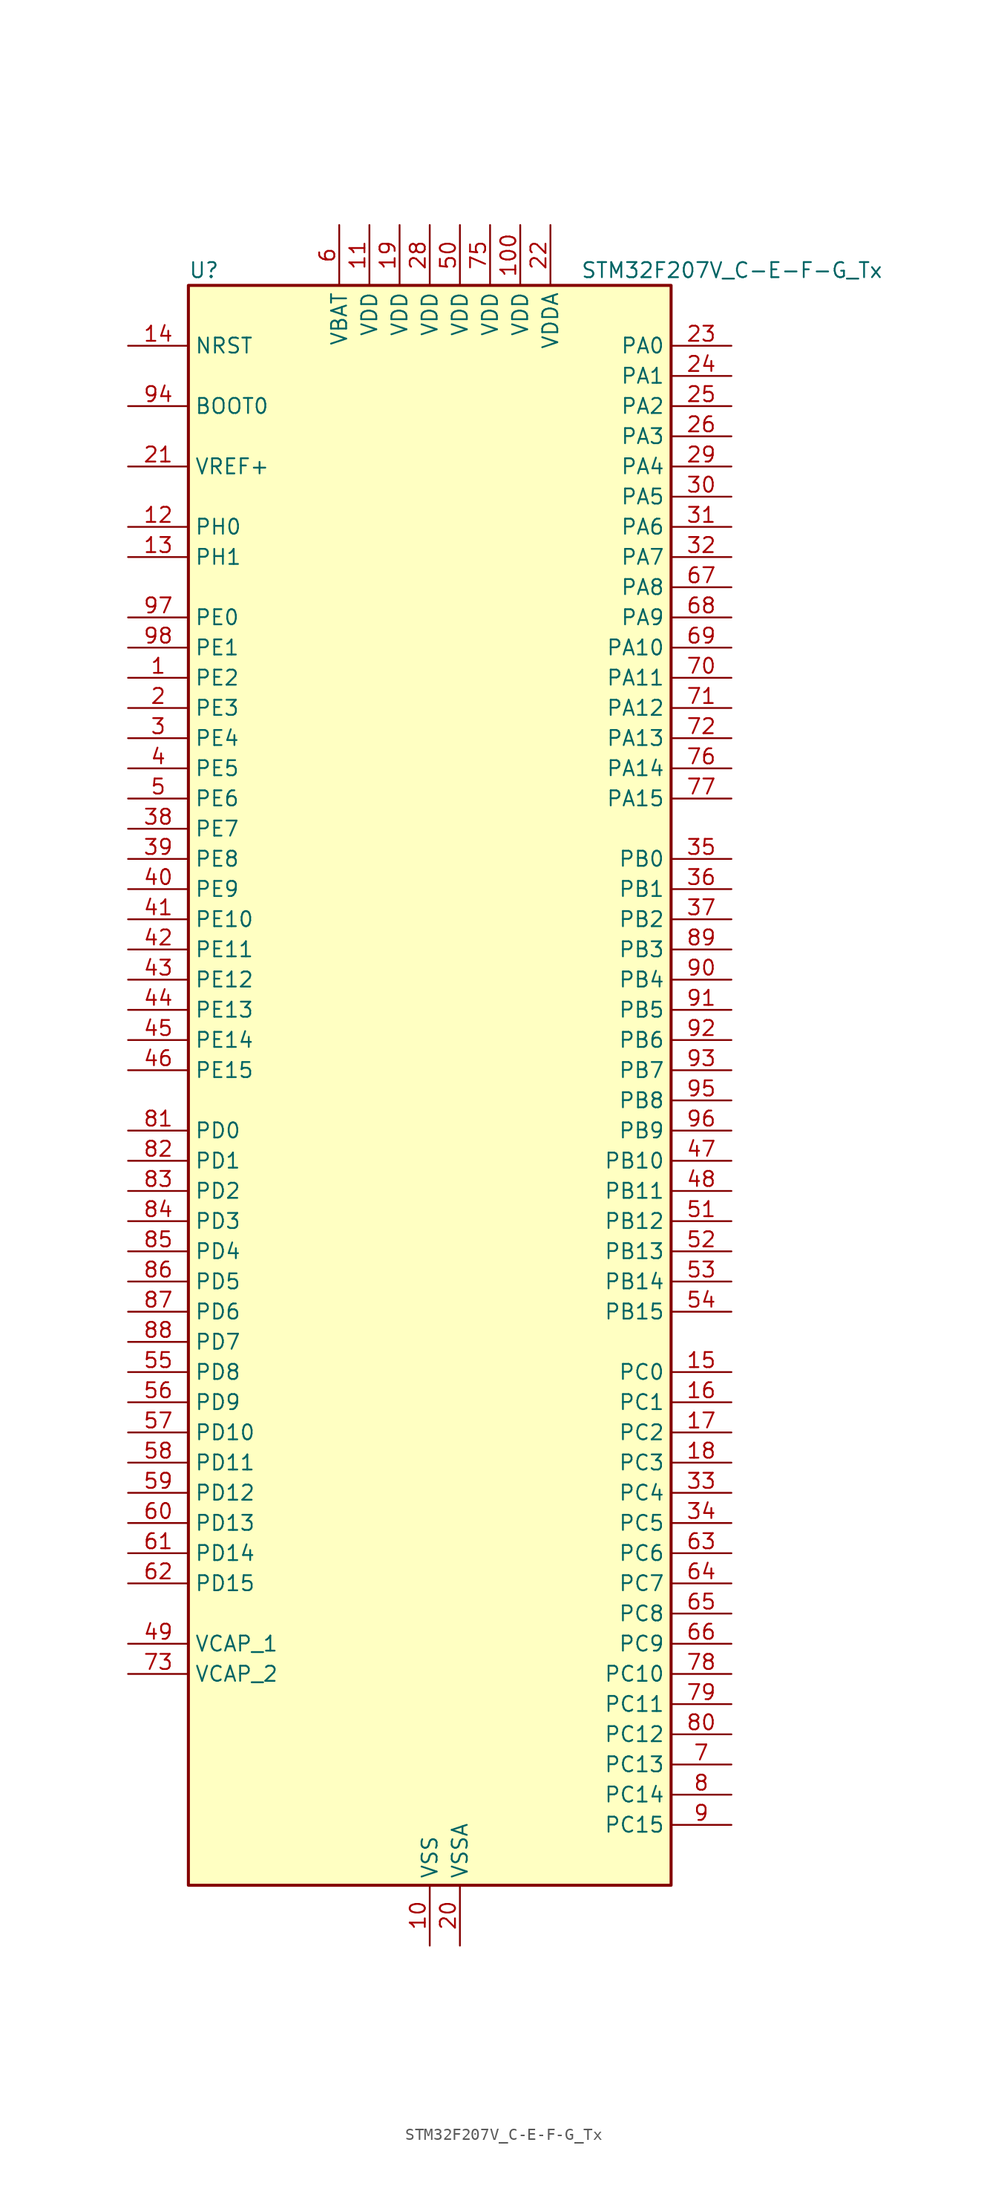
<source format=kicad_sym>
(kicad_symbol_lib
  (version 20241209)
  (generator "kicad_symbol_editor")
  (generator_version "9.0")
  (symbol "STM32F207V_C-E-F-G_Tx"
    (property "Reference" "U"
      (at -20.32 69.85 0)
      (effects (font (size 1.27 1.27)) (justify left)))
    (property "Value" "STM32F207V_C-E-F-G_Tx"
      (at 12.7 69.85 0)
      (effects (font (size 1.27 1.27)) (justify left)))
    (symbol "STM32F207V_C-E-F-G_Tx_0_1"
      (rectangle (start -20.32 -66.04) (end 20.32 68.58) (stroke (width 0.254) (type default)) (fill (type background))))
    (symbol "STM32F207V_C-E-F-G_Tx_1_1"
      (pin input line (at -25.4 63.5 0) (length 5.08) (name "NRST" (effects (font (size 1.27 1.27)))) (number "14" (effects (font (size 1.27 1.27)))))
      (pin input line (at -25.4 58.42 0) (length 5.08) (name "BOOT0" (effects (font (size 1.27 1.27)))) (number "94" (effects (font (size 1.27 1.27)))))
      (pin input line (at -25.4 53.34 0) (length 5.08) (name "VREF+" (effects (font (size 1.27 1.27)))) (number "21" (effects (font (size 1.27 1.27)))))
      (pin bidirectional line (at -25.4 48.26 0) (length 5.08) (name "PH0" (effects (font (size 1.27 1.27)))) (number "12" (effects (font (size 1.27 1.27)))) (alternate "RCC_OSC_IN" bidirectional line))
      (pin bidirectional line (at -25.4 45.72 0) (length 5.08) (name "PH1" (effects (font (size 1.27 1.27)))) (number "13" (effects (font (size 1.27 1.27)))) (alternate "RCC_OSC_OUT" bidirectional line))
      (pin bidirectional line (at -25.4 40.64 0) (length 5.08) (name "PE0" (effects (font (size 1.27 1.27)))) (number "97" (effects (font (size 1.27 1.27)))) (alternate "DCMI_D2" bidirectional line) (alternate "FSMC_NBL0" bidirectional line) (alternate "TIM4_ETR" bidirectional line))
      (pin bidirectional line (at -25.4 38.1 0) (length 5.08) (name "PE1" (effects (font (size 1.27 1.27)))) (number "98" (effects (font (size 1.27 1.27)))) (alternate "DCMI_D3" bidirectional line) (alternate "FSMC_NBL1" bidirectional line))
      (pin bidirectional line (at -25.4 35.56 0) (length 5.08) (name "PE2" (effects (font (size 1.27 1.27)))) (number "1" (effects (font (size 1.27 1.27)))) (alternate "ETH_TXD3" bidirectional line) (alternate "FSMC_A23" bidirectional line) (alternate "SYS_TRACECLK" bidirectional line))
      (pin bidirectional line (at -25.4 33.02 0) (length 5.08) (name "PE3" (effects (font (size 1.27 1.27)))) (number "2" (effects (font (size 1.27 1.27)))) (alternate "FSMC_A19" bidirectional line) (alternate "SYS_TRACED0" bidirectional line))
      (pin bidirectional line (at -25.4 30.48 0) (length 5.08) (name "PE4" (effects (font (size 1.27 1.27)))) (number "3" (effects (font (size 1.27 1.27)))) (alternate "DCMI_D4" bidirectional line) (alternate "FSMC_A20" bidirectional line) (alternate "SYS_TRACED1" bidirectional line))
      (pin bidirectional line (at -25.4 27.94 0) (length 5.08) (name "PE5" (effects (font (size 1.27 1.27)))) (number "4" (effects (font (size 1.27 1.27)))) (alternate "DCMI_D6" bidirectional line) (alternate "FSMC_A21" bidirectional line) (alternate "SYS_TRACED2" bidirectional line) (alternate "TIM9_CH1" bidirectional line))
      (pin bidirectional line (at -25.4 25.4 0) (length 5.08) (name "PE6" (effects (font (size 1.27 1.27)))) (number "5" (effects (font (size 1.27 1.27)))) (alternate "DCMI_D7" bidirectional line) (alternate "FSMC_A22" bidirectional line) (alternate "SYS_TRACED3" bidirectional line) (alternate "TIM9_CH2" bidirectional line))
      (pin bidirectional line (at -25.4 22.86 0) (length 5.08) (name "PE7" (effects (font (size 1.27 1.27)))) (number "38" (effects (font (size 1.27 1.27)))) (alternate "FSMC_D4" bidirectional line) (alternate "FSMC_DA4" bidirectional line) (alternate "TIM1_ETR" bidirectional line))
      (pin bidirectional line (at -25.4 20.32 0) (length 5.08) (name "PE8" (effects (font (size 1.27 1.27)))) (number "39" (effects (font (size 1.27 1.27)))) (alternate "FSMC_D5" bidirectional line) (alternate "FSMC_DA5" bidirectional line) (alternate "TIM1_CH1N" bidirectional line))
      (pin bidirectional line (at -25.4 17.78 0) (length 5.08) (name "PE9" (effects (font (size 1.27 1.27)))) (number "40" (effects (font (size 1.27 1.27)))) (alternate "DAC_EXTI9" bidirectional line) (alternate "FSMC_D6" bidirectional line) (alternate "FSMC_DA6" bidirectional line) (alternate "TIM1_CH1" bidirectional line))
      (pin bidirectional line (at -25.4 15.24 0) (length 5.08) (name "PE10" (effects (font (size 1.27 1.27)))) (number "41" (effects (font (size 1.27 1.27)))) (alternate "FSMC_D7" bidirectional line) (alternate "FSMC_DA7" bidirectional line) (alternate "TIM1_CH2N" bidirectional line))
      (pin bidirectional line (at -25.4 12.7 0) (length 5.08) (name "PE11" (effects (font (size 1.27 1.27)))) (number "42" (effects (font (size 1.27 1.27)))) (alternate "ADC1_EXTI11" bidirectional line) (alternate "ADC2_EXTI11" bidirectional line) (alternate "ADC3_EXTI11" bidirectional line) (alternate "FSMC_D8" bidirectional line) (alternate "FSMC_DA8" bidirectional line) (alternate "TIM1_CH2" bidirectional line))
      (pin bidirectional line (at -25.4 10.16 0) (length 5.08) (name "PE12" (effects (font (size 1.27 1.27)))) (number "43" (effects (font (size 1.27 1.27)))) (alternate "FSMC_D9" bidirectional line) (alternate "FSMC_DA9" bidirectional line) (alternate "TIM1_CH3N" bidirectional line))
      (pin bidirectional line (at -25.4 7.62 0) (length 5.08) (name "PE13" (effects (font (size 1.27 1.27)))) (number "44" (effects (font (size 1.27 1.27)))) (alternate "FSMC_D10" bidirectional line) (alternate "FSMC_DA10" bidirectional line) (alternate "TIM1_CH3" bidirectional line))
      (pin bidirectional line (at -25.4 5.08 0) (length 5.08) (name "PE14" (effects (font (size 1.27 1.27)))) (number "45" (effects (font (size 1.27 1.27)))) (alternate "FSMC_D11" bidirectional line) (alternate "FSMC_DA11" bidirectional line) (alternate "TIM1_CH4" bidirectional line))
      (pin bidirectional line (at -25.4 2.54 0) (length 5.08) (name "PE15" (effects (font (size 1.27 1.27)))) (number "46" (effects (font (size 1.27 1.27)))) (alternate "ADC1_EXTI15" bidirectional line) (alternate "ADC2_EXTI15" bidirectional line) (alternate "ADC3_EXTI15" bidirectional line) (alternate "FSMC_D12" bidirectional line) (alternate "FSMC_DA12" bidirectional line) (alternate "TIM1_BKIN" bidirectional line))
      (pin bidirectional line (at -25.4 -2.54 0) (length 5.08) (name "PD0" (effects (font (size 1.27 1.27)))) (number "81" (effects (font (size 1.27 1.27)))) (alternate "CAN1_RX" bidirectional line) (alternate "FSMC_D2" bidirectional line) (alternate "FSMC_DA2" bidirectional line))
      (pin bidirectional line (at -25.4 -5.08 0) (length 5.08) (name "PD1" (effects (font (size 1.27 1.27)))) (number "82" (effects (font (size 1.27 1.27)))) (alternate "CAN1_TX" bidirectional line) (alternate "FSMC_D3" bidirectional line) (alternate "FSMC_DA3" bidirectional line))
      (pin bidirectional line (at -25.4 -7.62 0) (length 5.08) (name "PD2" (effects (font (size 1.27 1.27)))) (number "83" (effects (font (size 1.27 1.27)))) (alternate "DCMI_D11" bidirectional line) (alternate "SDIO_CMD" bidirectional line) (alternate "TIM3_ETR" bidirectional line) (alternate "UART5_RX" bidirectional line))
      (pin bidirectional line (at -25.4 -10.16 0) (length 5.08) (name "PD3" (effects (font (size 1.27 1.27)))) (number "84" (effects (font (size 1.27 1.27)))) (alternate "FSMC_CLK" bidirectional line) (alternate "USART2_CTS" bidirectional line))
      (pin bidirectional line (at -25.4 -12.7 0) (length 5.08) (name "PD4" (effects (font (size 1.27 1.27)))) (number "85" (effects (font (size 1.27 1.27)))) (alternate "FSMC_NOE" bidirectional line) (alternate "USART2_RTS" bidirectional line))
      (pin bidirectional line (at -25.4 -15.24 0) (length 5.08) (name "PD5" (effects (font (size 1.27 1.27)))) (number "86" (effects (font (size 1.27 1.27)))) (alternate "FSMC_NWE" bidirectional line) (alternate "USART2_TX" bidirectional line))
      (pin bidirectional line (at -25.4 -17.78 0) (length 5.08) (name "PD6" (effects (font (size 1.27 1.27)))) (number "87" (effects (font (size 1.27 1.27)))) (alternate "FSMC_NWAIT" bidirectional line) (alternate "USART2_RX" bidirectional line))
      (pin bidirectional line (at -25.4 -20.32 0) (length 5.08) (name "PD7" (effects (font (size 1.27 1.27)))) (number "88" (effects (font (size 1.27 1.27)))) (alternate "FSMC_NCE2" bidirectional line) (alternate "FSMC_NE1" bidirectional line) (alternate "USART2_CK" bidirectional line))
      (pin bidirectional line (at -25.4 -22.86 0) (length 5.08) (name "PD8" (effects (font (size 1.27 1.27)))) (number "55" (effects (font (size 1.27 1.27)))) (alternate "FSMC_D13" bidirectional line) (alternate "FSMC_DA13" bidirectional line) (alternate "USART3_TX" bidirectional line))
      (pin bidirectional line (at -25.4 -25.4 0) (length 5.08) (name "PD9" (effects (font (size 1.27 1.27)))) (number "56" (effects (font (size 1.27 1.27)))) (alternate "DAC_EXTI9" bidirectional line) (alternate "FSMC_D14" bidirectional line) (alternate "FSMC_DA14" bidirectional line) (alternate "USART3_RX" bidirectional line))
      (pin bidirectional line (at -25.4 -27.94 0) (length 5.08) (name "PD10" (effects (font (size 1.27 1.27)))) (number "57" (effects (font (size 1.27 1.27)))) (alternate "FSMC_D15" bidirectional line) (alternate "FSMC_DA15" bidirectional line) (alternate "USART3_CK" bidirectional line))
      (pin bidirectional line (at -25.4 -30.48 0) (length 5.08) (name "PD11" (effects (font (size 1.27 1.27)))) (number "58" (effects (font (size 1.27 1.27)))) (alternate "ADC1_EXTI11" bidirectional line) (alternate "ADC2_EXTI11" bidirectional line) (alternate "ADC3_EXTI11" bidirectional line) (alternate "FSMC_A16" bidirectional line) (alternate "FSMC_CLE" bidirectional line) (alternate "USART3_CTS" bidirectional line))
      (pin bidirectional line (at -25.4 -33.02 0) (length 5.08) (name "PD12" (effects (font (size 1.27 1.27)))) (number "59" (effects (font (size 1.27 1.27)))) (alternate "FSMC_A17" bidirectional line) (alternate "FSMC_ALE" bidirectional line) (alternate "TIM4_CH1" bidirectional line) (alternate "USART3_RTS" bidirectional line))
      (pin bidirectional line (at -25.4 -35.56 0) (length 5.08) (name "PD13" (effects (font (size 1.27 1.27)))) (number "60" (effects (font (size 1.27 1.27)))) (alternate "FSMC_A18" bidirectional line) (alternate "TIM4_CH2" bidirectional line))
      (pin bidirectional line (at -25.4 -38.1 0) (length 5.08) (name "PD14" (effects (font (size 1.27 1.27)))) (number "61" (effects (font (size 1.27 1.27)))) (alternate "FSMC_D0" bidirectional line) (alternate "FSMC_DA0" bidirectional line) (alternate "TIM4_CH3" bidirectional line))
      (pin bidirectional line (at -25.4 -40.64 0) (length 5.08) (name "PD15" (effects (font (size 1.27 1.27)))) (number "62" (effects (font (size 1.27 1.27)))) (alternate "ADC1_EXTI15" bidirectional line) (alternate "ADC2_EXTI15" bidirectional line) (alternate "ADC3_EXTI15" bidirectional line) (alternate "FSMC_D1" bidirectional line) (alternate "FSMC_DA1" bidirectional line) (alternate "TIM4_CH4" bidirectional line))
      (pin power_out line (at -25.4 -45.72 0) (length 5.08) (name "VCAP_1" (effects (font (size 1.27 1.27)))) (number "49" (effects (font (size 1.27 1.27)))))
      (pin power_out line (at -25.4 -48.26 0) (length 5.08) (name "VCAP_2" (effects (font (size 1.27 1.27)))) (number "73" (effects (font (size 1.27 1.27)))))
      (pin no_connect line (at -20.32 -66.04 0) (length 5.08) (hide yes) (name "RFU" (effects (font (size 1.27 1.27)))) (number "99" (effects (font (size 1.27 1.27)))))
      (pin power_in line (at -7.62 73.66 270) (length 5.08) (name "VBAT" (effects (font (size 1.27 1.27)))) (number "6" (effects (font (size 1.27 1.27)))))
      (pin power_in line (at -5.08 73.66 270) (length 5.08) (name "VDD" (effects (font (size 1.27 1.27)))) (number "11" (effects (font (size 1.27 1.27)))))
      (pin power_in line (at -2.54 73.66 270) (length 5.08) (name "VDD" (effects (font (size 1.27 1.27)))) (number "19" (effects (font (size 1.27 1.27)))))
      (pin power_in line (at 0 73.66 270) (length 5.08) (name "VDD" (effects (font (size 1.27 1.27)))) (number "28" (effects (font (size 1.27 1.27)))))
      (pin power_in line (at 0 -71.12 90) (length 5.08) (name "VSS" (effects (font (size 1.27 1.27)))) (number "10" (effects (font (size 1.27 1.27)))))
      (pin passive line (at 0 -71.12 90) (length 5.08) (hide yes) (name "VSS" (effects (font (size 1.27 1.27)))) (number "27" (effects (font (size 1.27 1.27)))))
      (pin passive line (at 0 -71.12 90) (length 5.08) (hide yes) (name "VSS" (effects (font (size 1.27 1.27)))) (number "74" (effects (font (size 1.27 1.27)))))
      (pin power_in line (at 2.54 73.66 270) (length 5.08) (name "VDD" (effects (font (size 1.27 1.27)))) (number "50" (effects (font (size 1.27 1.27)))))
      (pin power_in line (at 2.54 -71.12 90) (length 5.08) (name "VSSA" (effects (font (size 1.27 1.27)))) (number "20" (effects (font (size 1.27 1.27)))))
      (pin power_in line (at 5.08 73.66 270) (length 5.08) (name "VDD" (effects (font (size 1.27 1.27)))) (number "75" (effects (font (size 1.27 1.27)))))
      (pin power_in line (at 7.62 73.66 270) (length 5.08) (name "VDD" (effects (font (size 1.27 1.27)))) (number "100" (effects (font (size 1.27 1.27)))))
      (pin power_in line (at 10.16 73.66 270) (length 5.08) (name "VDDA" (effects (font (size 1.27 1.27)))) (number "22" (effects (font (size 1.27 1.27)))))
      (pin bidirectional line (at 25.4 63.5 180) (length 5.08) (name "PA0" (effects (font (size 1.27 1.27)))) (number "23" (effects (font (size 1.27 1.27)))) (alternate "ADC1_IN0" bidirectional line) (alternate "ADC2_IN0" bidirectional line) (alternate "ADC3_IN0" bidirectional line) (alternate "ETH_CRS" bidirectional line) (alternate "SYS_WKUP" bidirectional line) (alternate "TIM2_CH1" bidirectional line) (alternate "TIM2_ETR" bidirectional line) (alternate "TIM5_CH1" bidirectional line) (alternate "TIM8_ETR" bidirectional line) (alternate "UART4_TX" bidirectional line) (alternate "USART2_CTS" bidirectional line))
      (pin bidirectional line (at 25.4 60.96 180) (length 5.08) (name "PA1" (effects (font (size 1.27 1.27)))) (number "24" (effects (font (size 1.27 1.27)))) (alternate "ADC1_IN1" bidirectional line) (alternate "ADC2_IN1" bidirectional line) (alternate "ADC3_IN1" bidirectional line) (alternate "ETH_REF_CLK" bidirectional line) (alternate "ETH_RX_CLK" bidirectional line) (alternate "TIM2_CH2" bidirectional line) (alternate "TIM5_CH2" bidirectional line) (alternate "UART4_RX" bidirectional line) (alternate "USART2_RTS" bidirectional line))
      (pin bidirectional line (at 25.4 58.42 180) (length 5.08) (name "PA2" (effects (font (size 1.27 1.27)))) (number "25" (effects (font (size 1.27 1.27)))) (alternate "ADC1_IN2" bidirectional line) (alternate "ADC2_IN2" bidirectional line) (alternate "ADC3_IN2" bidirectional line) (alternate "ETH_MDIO" bidirectional line) (alternate "TIM2_CH3" bidirectional line) (alternate "TIM5_CH3" bidirectional line) (alternate "TIM9_CH1" bidirectional line) (alternate "USART2_TX" bidirectional line))
      (pin bidirectional line (at 25.4 55.88 180) (length 5.08) (name "PA3" (effects (font (size 1.27 1.27)))) (number "26" (effects (font (size 1.27 1.27)))) (alternate "ADC1_IN3" bidirectional line) (alternate "ADC2_IN3" bidirectional line) (alternate "ADC3_IN3" bidirectional line) (alternate "ETH_COL" bidirectional line) (alternate "TIM2_CH4" bidirectional line) (alternate "TIM5_CH4" bidirectional line) (alternate "TIM9_CH2" bidirectional line) (alternate "USART2_RX" bidirectional line) (alternate "USB_OTG_HS_ULPI_D0" bidirectional line))
      (pin bidirectional line (at 25.4 53.34 180) (length 5.08) (name "PA4" (effects (font (size 1.27 1.27)))) (number "29" (effects (font (size 1.27 1.27)))) (alternate "ADC1_IN4" bidirectional line) (alternate "ADC2_IN4" bidirectional line) (alternate "DAC_OUT1" bidirectional line) (alternate "DCMI_HSYNC" bidirectional line) (alternate "I2S3_WS" bidirectional line) (alternate "SPI1_NSS" bidirectional line) (alternate "SPI3_NSS" bidirectional line) (alternate "USART2_CK" bidirectional line) (alternate "USB_OTG_HS_SOF" bidirectional line))
      (pin bidirectional line (at 25.4 50.8 180) (length 5.08) (name "PA5" (effects (font (size 1.27 1.27)))) (number "30" (effects (font (size 1.27 1.27)))) (alternate "ADC1_IN5" bidirectional line) (alternate "ADC2_IN5" bidirectional line) (alternate "DAC_OUT2" bidirectional line) (alternate "SPI1_SCK" bidirectional line) (alternate "TIM2_CH1" bidirectional line) (alternate "TIM2_ETR" bidirectional line) (alternate "TIM8_CH1N" bidirectional line) (alternate "USB_OTG_HS_ULPI_CK" bidirectional line))
      (pin bidirectional line (at 25.4 48.26 180) (length 5.08) (name "PA6" (effects (font (size 1.27 1.27)))) (number "31" (effects (font (size 1.27 1.27)))) (alternate "ADC1_IN6" bidirectional line) (alternate "ADC2_IN6" bidirectional line) (alternate "DCMI_PIXCLK" bidirectional line) (alternate "SPI1_MISO" bidirectional line) (alternate "TIM13_CH1" bidirectional line) (alternate "TIM1_BKIN" bidirectional line) (alternate "TIM3_CH1" bidirectional line) (alternate "TIM8_BKIN" bidirectional line))
      (pin bidirectional line (at 25.4 45.72 180) (length 5.08) (name "PA7" (effects (font (size 1.27 1.27)))) (number "32" (effects (font (size 1.27 1.27)))) (alternate "ADC1_IN7" bidirectional line) (alternate "ADC2_IN7" bidirectional line) (alternate "ETH_CRS_DV" bidirectional line) (alternate "ETH_RX_DV" bidirectional line) (alternate "SPI1_MOSI" bidirectional line) (alternate "TIM14_CH1" bidirectional line) (alternate "TIM1_CH1N" bidirectional line) (alternate "TIM3_CH2" bidirectional line) (alternate "TIM8_CH1N" bidirectional line))
      (pin bidirectional line (at 25.4 43.18 180) (length 5.08) (name "PA8" (effects (font (size 1.27 1.27)))) (number "67" (effects (font (size 1.27 1.27)))) (alternate "I2C3_SCL" bidirectional line) (alternate "RCC_MCO_1" bidirectional line) (alternate "TIM1_CH1" bidirectional line) (alternate "USART1_CK" bidirectional line) (alternate "USB_OTG_FS_SOF" bidirectional line))
      (pin bidirectional line (at 25.4 40.64 180) (length 5.08) (name "PA9" (effects (font (size 1.27 1.27)))) (number "68" (effects (font (size 1.27 1.27)))) (alternate "DAC_EXTI9" bidirectional line) (alternate "DCMI_D0" bidirectional line) (alternate "I2C3_SMBA" bidirectional line) (alternate "TIM1_CH2" bidirectional line) (alternate "USART1_TX" bidirectional line) (alternate "USB_OTG_FS_VBUS" bidirectional line))
      (pin bidirectional line (at 25.4 38.1 180) (length 5.08) (name "PA10" (effects (font (size 1.27 1.27)))) (number "69" (effects (font (size 1.27 1.27)))) (alternate "DCMI_D1" bidirectional line) (alternate "TIM1_CH3" bidirectional line) (alternate "USART1_RX" bidirectional line) (alternate "USB_OTG_FS_ID" bidirectional line))
      (pin bidirectional line (at 25.4 35.56 180) (length 5.08) (name "PA11" (effects (font (size 1.27 1.27)))) (number "70" (effects (font (size 1.27 1.27)))) (alternate "ADC1_EXTI11" bidirectional line) (alternate "ADC2_EXTI11" bidirectional line) (alternate "ADC3_EXTI11" bidirectional line) (alternate "CAN1_RX" bidirectional line) (alternate "TIM1_CH4" bidirectional line) (alternate "USART1_CTS" bidirectional line) (alternate "USB_OTG_FS_DM" bidirectional line))
      (pin bidirectional line (at 25.4 33.02 180) (length 5.08) (name "PA12" (effects (font (size 1.27 1.27)))) (number "71" (effects (font (size 1.27 1.27)))) (alternate "CAN1_TX" bidirectional line) (alternate "TIM1_ETR" bidirectional line) (alternate "USART1_RTS" bidirectional line) (alternate "USB_OTG_FS_DP" bidirectional line))
      (pin bidirectional line (at 25.4 30.48 180) (length 5.08) (name "PA13" (effects (font (size 1.27 1.27)))) (number "72" (effects (font (size 1.27 1.27)))) (alternate "SYS_JTMS-SWDIO" bidirectional line))
      (pin bidirectional line (at 25.4 27.94 180) (length 5.08) (name "PA14" (effects (font (size 1.27 1.27)))) (number "76" (effects (font (size 1.27 1.27)))) (alternate "SYS_JTCK-SWCLK" bidirectional line))
      (pin bidirectional line (at 25.4 25.4 180) (length 5.08) (name "PA15" (effects (font (size 1.27 1.27)))) (number "77" (effects (font (size 1.27 1.27)))) (alternate "ADC1_EXTI15" bidirectional line) (alternate "ADC2_EXTI15" bidirectional line) (alternate "ADC3_EXTI15" bidirectional line) (alternate "I2S3_WS" bidirectional line) (alternate "SPI1_NSS" bidirectional line) (alternate "SPI3_NSS" bidirectional line) (alternate "SYS_JTDI" bidirectional line) (alternate "TIM2_CH1" bidirectional line) (alternate "TIM2_ETR" bidirectional line))
      (pin bidirectional line (at 25.4 20.32 180) (length 5.08) (name "PB0" (effects (font (size 1.27 1.27)))) (number "35" (effects (font (size 1.27 1.27)))) (alternate "ADC1_IN8" bidirectional line) (alternate "ADC2_IN8" bidirectional line) (alternate "ETH_RXD2" bidirectional line) (alternate "TIM1_CH2N" bidirectional line) (alternate "TIM3_CH3" bidirectional line) (alternate "TIM8_CH2N" bidirectional line) (alternate "USB_OTG_HS_ULPI_D1" bidirectional line))
      (pin bidirectional line (at 25.4 17.78 180) (length 5.08) (name "PB1" (effects (font (size 1.27 1.27)))) (number "36" (effects (font (size 1.27 1.27)))) (alternate "ADC1_IN9" bidirectional line) (alternate "ADC2_IN9" bidirectional line) (alternate "ETH_RXD3" bidirectional line) (alternate "TIM1_CH3N" bidirectional line) (alternate "TIM3_CH4" bidirectional line) (alternate "TIM8_CH3N" bidirectional line) (alternate "USB_OTG_HS_ULPI_D2" bidirectional line))
      (pin bidirectional line (at 25.4 15.24 180) (length 5.08) (name "PB2" (effects (font (size 1.27 1.27)))) (number "37" (effects (font (size 1.27 1.27)))))
      (pin bidirectional line (at 25.4 12.7 180) (length 5.08) (name "PB3" (effects (font (size 1.27 1.27)))) (number "89" (effects (font (size 1.27 1.27)))) (alternate "I2S3_SCK" bidirectional line) (alternate "SPI1_SCK" bidirectional line) (alternate "SPI3_SCK" bidirectional line) (alternate "SYS_JTDO-SWO" bidirectional line) (alternate "TIM2_CH2" bidirectional line))
      (pin bidirectional line (at 25.4 10.16 180) (length 5.08) (name "PB4" (effects (font (size 1.27 1.27)))) (number "90" (effects (font (size 1.27 1.27)))) (alternate "SPI1_MISO" bidirectional line) (alternate "SPI3_MISO" bidirectional line) (alternate "SYS_JTRST" bidirectional line) (alternate "TIM3_CH1" bidirectional line))
      (pin bidirectional line (at 25.4 7.62 180) (length 5.08) (name "PB5" (effects (font (size 1.27 1.27)))) (number "91" (effects (font (size 1.27 1.27)))) (alternate "CAN2_RX" bidirectional line) (alternate "DCMI_D10" bidirectional line) (alternate "ETH_PPS_OUT" bidirectional line) (alternate "I2C1_SMBA" bidirectional line) (alternate "I2S3_SD" bidirectional line) (alternate "SPI1_MOSI" bidirectional line) (alternate "SPI3_MOSI" bidirectional line) (alternate "TIM3_CH2" bidirectional line) (alternate "USB_OTG_HS_ULPI_D7" bidirectional line))
      (pin bidirectional line (at 25.4 5.08 180) (length 5.08) (name "PB6" (effects (font (size 1.27 1.27)))) (number "92" (effects (font (size 1.27 1.27)))) (alternate "CAN2_TX" bidirectional line) (alternate "DCMI_D5" bidirectional line) (alternate "I2C1_SCL" bidirectional line) (alternate "TIM4_CH1" bidirectional line) (alternate "USART1_TX" bidirectional line))
      (pin bidirectional line (at 25.4 2.54 180) (length 5.08) (name "PB7" (effects (font (size 1.27 1.27)))) (number "93" (effects (font (size 1.27 1.27)))) (alternate "DCMI_VSYNC" bidirectional line) (alternate "FSMC_NL" bidirectional line) (alternate "I2C1_SDA" bidirectional line) (alternate "TIM4_CH2" bidirectional line) (alternate "USART1_RX" bidirectional line))
      (pin bidirectional line (at 25.4 0 180) (length 5.08) (name "PB8" (effects (font (size 1.27 1.27)))) (number "95" (effects (font (size 1.27 1.27)))) (alternate "CAN1_RX" bidirectional line) (alternate "DCMI_D6" bidirectional line) (alternate "ETH_TXD3" bidirectional line) (alternate "I2C1_SCL" bidirectional line) (alternate "SDIO_D4" bidirectional line) (alternate "TIM10_CH1" bidirectional line) (alternate "TIM4_CH3" bidirectional line))
      (pin bidirectional line (at 25.4 -2.54 180) (length 5.08) (name "PB9" (effects (font (size 1.27 1.27)))) (number "96" (effects (font (size 1.27 1.27)))) (alternate "CAN1_TX" bidirectional line) (alternate "DAC_EXTI9" bidirectional line) (alternate "DCMI_D7" bidirectional line) (alternate "I2C1_SDA" bidirectional line) (alternate "I2S2_WS" bidirectional line) (alternate "SDIO_D5" bidirectional line) (alternate "SPI2_NSS" bidirectional line) (alternate "TIM11_CH1" bidirectional line) (alternate "TIM4_CH4" bidirectional line))
      (pin bidirectional line (at 25.4 -5.08 180) (length 5.08) (name "PB10" (effects (font (size 1.27 1.27)))) (number "47" (effects (font (size 1.27 1.27)))) (alternate "ETH_RX_ER" bidirectional line) (alternate "I2C2_SCL" bidirectional line) (alternate "I2S2_SCK" bidirectional line) (alternate "SPI2_SCK" bidirectional line) (alternate "TIM2_CH3" bidirectional line) (alternate "USART3_TX" bidirectional line) (alternate "USB_OTG_HS_ULPI_D3" bidirectional line))
      (pin bidirectional line (at 25.4 -7.62 180) (length 5.08) (name "PB11" (effects (font (size 1.27 1.27)))) (number "48" (effects (font (size 1.27 1.27)))) (alternate "ADC1_EXTI11" bidirectional line) (alternate "ADC2_EXTI11" bidirectional line) (alternate "ADC3_EXTI11" bidirectional line) (alternate "ETH_TX_EN" bidirectional line) (alternate "I2C2_SDA" bidirectional line) (alternate "TIM2_CH4" bidirectional line) (alternate "USART3_RX" bidirectional line) (alternate "USB_OTG_HS_ULPI_D4" bidirectional line))
      (pin bidirectional line (at 25.4 -10.16 180) (length 5.08) (name "PB12" (effects (font (size 1.27 1.27)))) (number "51" (effects (font (size 1.27 1.27)))) (alternate "CAN2_RX" bidirectional line) (alternate "ETH_TXD0" bidirectional line) (alternate "I2C2_SMBA" bidirectional line) (alternate "I2S2_WS" bidirectional line) (alternate "SPI2_NSS" bidirectional line) (alternate "TIM1_BKIN" bidirectional line) (alternate "USART3_CK" bidirectional line) (alternate "USB_OTG_HS_ID" bidirectional line) (alternate "USB_OTG_HS_ULPI_D5" bidirectional line))
      (pin bidirectional line (at 25.4 -12.7 180) (length 5.08) (name "PB13" (effects (font (size 1.27 1.27)))) (number "52" (effects (font (size 1.27 1.27)))) (alternate "CAN2_TX" bidirectional line) (alternate "ETH_TXD1" bidirectional line) (alternate "I2S2_SCK" bidirectional line) (alternate "SPI2_SCK" bidirectional line) (alternate "TIM1_CH1N" bidirectional line) (alternate "USART3_CTS" bidirectional line) (alternate "USB_OTG_HS_ULPI_D6" bidirectional line) (alternate "USB_OTG_HS_VBUS" bidirectional line))
      (pin bidirectional line (at 25.4 -15.24 180) (length 5.08) (name "PB14" (effects (font (size 1.27 1.27)))) (number "53" (effects (font (size 1.27 1.27)))) (alternate "SPI2_MISO" bidirectional line) (alternate "TIM12_CH1" bidirectional line) (alternate "TIM1_CH2N" bidirectional line) (alternate "TIM8_CH2N" bidirectional line) (alternate "USART3_RTS" bidirectional line) (alternate "USB_OTG_HS_DM" bidirectional line))
      (pin bidirectional line (at 25.4 -17.78 180) (length 5.08) (name "PB15" (effects (font (size 1.27 1.27)))) (number "54" (effects (font (size 1.27 1.27)))) (alternate "ADC1_EXTI15" bidirectional line) (alternate "ADC2_EXTI15" bidirectional line) (alternate "ADC3_EXTI15" bidirectional line) (alternate "I2S2_SD" bidirectional line) (alternate "RTC_REFIN" bidirectional line) (alternate "SPI2_MOSI" bidirectional line) (alternate "TIM12_CH2" bidirectional line) (alternate "TIM1_CH3N" bidirectional line) (alternate "TIM8_CH3N" bidirectional line) (alternate "USB_OTG_HS_DP" bidirectional line))
      (pin bidirectional line (at 25.4 -22.86 180) (length 5.08) (name "PC0" (effects (font (size 1.27 1.27)))) (number "15" (effects (font (size 1.27 1.27)))) (alternate "ADC1_IN10" bidirectional line) (alternate "ADC2_IN10" bidirectional line) (alternate "ADC3_IN10" bidirectional line) (alternate "USB_OTG_HS_ULPI_STP" bidirectional line))
      (pin bidirectional line (at 25.4 -25.4 180) (length 5.08) (name "PC1" (effects (font (size 1.27 1.27)))) (number "16" (effects (font (size 1.27 1.27)))) (alternate "ADC1_IN11" bidirectional line) (alternate "ADC2_IN11" bidirectional line) (alternate "ADC3_IN11" bidirectional line) (alternate "ETH_MDC" bidirectional line))
      (pin bidirectional line (at 25.4 -27.94 180) (length 5.08) (name "PC2" (effects (font (size 1.27 1.27)))) (number "17" (effects (font (size 1.27 1.27)))) (alternate "ADC1_IN12" bidirectional line) (alternate "ADC2_IN12" bidirectional line) (alternate "ADC3_IN12" bidirectional line) (alternate "ETH_TXD2" bidirectional line) (alternate "SPI2_MISO" bidirectional line) (alternate "USB_OTG_HS_ULPI_DIR" bidirectional line))
      (pin bidirectional line (at 25.4 -30.48 180) (length 5.08) (name "PC3" (effects (font (size 1.27 1.27)))) (number "18" (effects (font (size 1.27 1.27)))) (alternate "ADC1_IN13" bidirectional line) (alternate "ADC2_IN13" bidirectional line) (alternate "ADC3_IN13" bidirectional line) (alternate "ETH_TX_CLK" bidirectional line) (alternate "I2S2_SD" bidirectional line) (alternate "SPI2_MOSI" bidirectional line) (alternate "USB_OTG_HS_ULPI_NXT" bidirectional line))
      (pin bidirectional line (at 25.4 -33.02 180) (length 5.08) (name "PC4" (effects (font (size 1.27 1.27)))) (number "33" (effects (font (size 1.27 1.27)))) (alternate "ADC1_IN14" bidirectional line) (alternate "ADC2_IN14" bidirectional line) (alternate "ETH_RXD0" bidirectional line))
      (pin bidirectional line (at 25.4 -35.56 180) (length 5.08) (name "PC5" (effects (font (size 1.27 1.27)))) (number "34" (effects (font (size 1.27 1.27)))) (alternate "ADC1_IN15" bidirectional line) (alternate "ADC2_IN15" bidirectional line) (alternate "ETH_RXD1" bidirectional line))
      (pin bidirectional line (at 25.4 -38.1 180) (length 5.08) (name "PC6" (effects (font (size 1.27 1.27)))) (number "63" (effects (font (size 1.27 1.27)))) (alternate "DCMI_D0" bidirectional line) (alternate "I2S2_MCK" bidirectional line) (alternate "SDIO_D6" bidirectional line) (alternate "TIM3_CH1" bidirectional line) (alternate "TIM8_CH1" bidirectional line) (alternate "USART6_TX" bidirectional line))
      (pin bidirectional line (at 25.4 -40.64 180) (length 5.08) (name "PC7" (effects (font (size 1.27 1.27)))) (number "64" (effects (font (size 1.27 1.27)))) (alternate "DCMI_D1" bidirectional line) (alternate "I2S3_MCK" bidirectional line) (alternate "SDIO_D7" bidirectional line) (alternate "TIM3_CH2" bidirectional line) (alternate "TIM8_CH2" bidirectional line) (alternate "USART6_RX" bidirectional line))
      (pin bidirectional line (at 25.4 -43.18 180) (length 5.08) (name "PC8" (effects (font (size 1.27 1.27)))) (number "65" (effects (font (size 1.27 1.27)))) (alternate "DCMI_D2" bidirectional line) (alternate "SDIO_D0" bidirectional line) (alternate "TIM3_CH3" bidirectional line) (alternate "TIM8_CH3" bidirectional line) (alternate "USART6_CK" bidirectional line))
      (pin bidirectional line (at 25.4 -45.72 180) (length 5.08) (name "PC9" (effects (font (size 1.27 1.27)))) (number "66" (effects (font (size 1.27 1.27)))) (alternate "DAC_EXTI9" bidirectional line) (alternate "DCMI_D3" bidirectional line) (alternate "I2C3_SDA" bidirectional line) (alternate "I2S_CKIN" bidirectional line) (alternate "RCC_MCO_2" bidirectional line) (alternate "SDIO_D1" bidirectional line) (alternate "TIM3_CH4" bidirectional line) (alternate "TIM8_CH4" bidirectional line))
      (pin bidirectional line (at 25.4 -48.26 180) (length 5.08) (name "PC10" (effects (font (size 1.27 1.27)))) (number "78" (effects (font (size 1.27 1.27)))) (alternate "DCMI_D8" bidirectional line) (alternate "I2S3_SCK" bidirectional line) (alternate "SDIO_D2" bidirectional line) (alternate "SPI3_SCK" bidirectional line) (alternate "UART4_TX" bidirectional line) (alternate "USART3_TX" bidirectional line))
      (pin bidirectional line (at 25.4 -50.8 180) (length 5.08) (name "PC11" (effects (font (size 1.27 1.27)))) (number "79" (effects (font (size 1.27 1.27)))) (alternate "ADC1_EXTI11" bidirectional line) (alternate "ADC2_EXTI11" bidirectional line) (alternate "ADC3_EXTI11" bidirectional line) (alternate "DCMI_D4" bidirectional line) (alternate "SDIO_D3" bidirectional line) (alternate "SPI3_MISO" bidirectional line) (alternate "UART4_RX" bidirectional line) (alternate "USART3_RX" bidirectional line))
      (pin bidirectional line (at 25.4 -53.34 180) (length 5.08) (name "PC12" (effects (font (size 1.27 1.27)))) (number "80" (effects (font (size 1.27 1.27)))) (alternate "DCMI_D9" bidirectional line) (alternate "I2S3_SD" bidirectional line) (alternate "SDIO_CK" bidirectional line) (alternate "SPI3_MOSI" bidirectional line) (alternate "UART5_TX" bidirectional line) (alternate "USART3_CK" bidirectional line))
      (pin bidirectional line (at 25.4 -55.88 180) (length 5.08) (name "PC13" (effects (font (size 1.27 1.27)))) (number "7" (effects (font (size 1.27 1.27)))) (alternate "RTC_AF1" bidirectional line))
      (pin bidirectional line (at 25.4 -58.42 180) (length 5.08) (name "PC14" (effects (font (size 1.27 1.27)))) (number "8" (effects (font (size 1.27 1.27)))) (alternate "RCC_OSC32_IN" bidirectional line))
      (pin bidirectional line (at 25.4 -60.96 180) (length 5.08) (name "PC15" (effects (font (size 1.27 1.27)))) (number "9" (effects (font (size 1.27 1.27)))) (alternate "ADC1_EXTI15" bidirectional line) (alternate "ADC2_EXTI15" bidirectional line) (alternate "ADC3_EXTI15" bidirectional line) (alternate "RCC_OSC32_OUT" bidirectional line)))))
</source>
